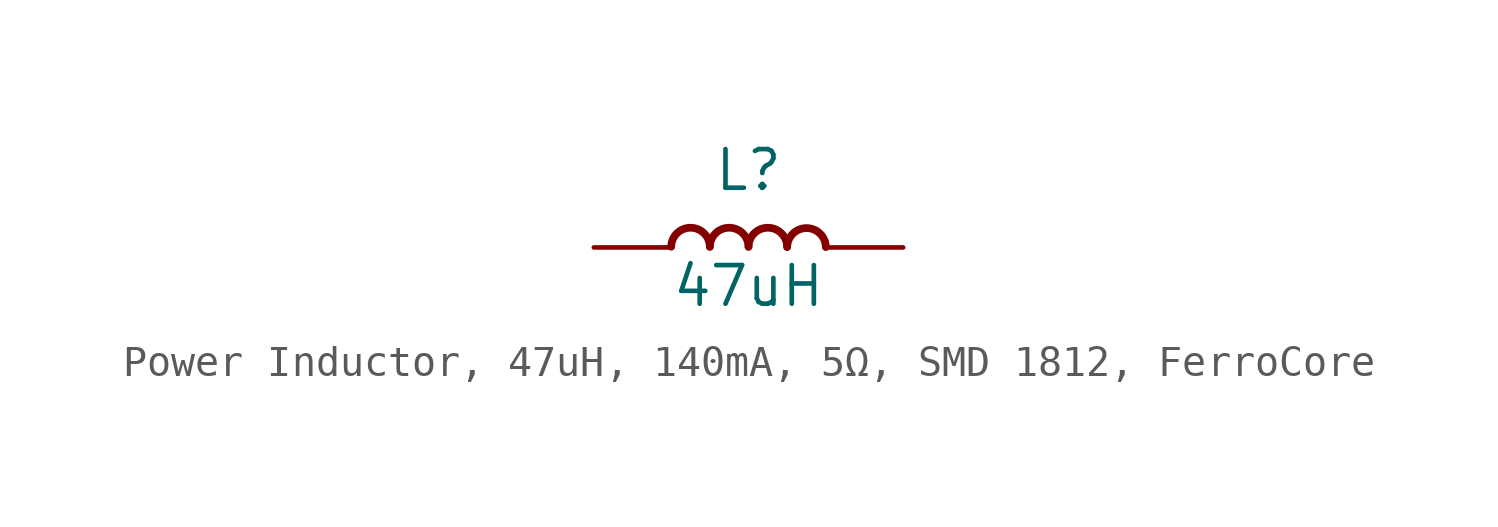
<source format=kicad_sym>
(kicad_symbol_lib
  (version 20231120)
  (generator "kicad_symbol_editor")
  (generator_version "8.0")
  (symbol "Power Inductor, 47uH, 140mA, 5Ω, SMD 1812, FerroCore"
    (pin_numbers hide)
    (pin_names
      (offset 0) hide)
    (property "Reference" "L"
      (at 0 2.54 0)
      (effects (font (size 1.27 1.27))))
    (property "Value" "47uH"
      (at 0 -1.27 0)
      (effects (font (size 1.27 1.27))))
    (symbol "Power Inductor, 47uH, 140mA, 5Ω, SMD 1812, FerroCore_1_1"
      (arc (start -1.27 0.0226) (mid -1.905 0.6464) (end -2.54 0.0226) (stroke (width 0.254) (type default)) (fill (type none)))
      (arc (start 0 0.0226) (mid -0.635 0.6464) (end -1.27 0.0226) (stroke (width 0.254) (type default)) (fill (type none)))
      (arc (start 1.27 0.0226) (mid 0.635 0.6464) (end 0 0.0226) (stroke (width 0.254) (type default)) (fill (type none)))
      (arc (start 2.54 0.0113) (mid 1.905 0.6351) (end 1.27 0.0113) (stroke (width 0.254) (type default)) (fill (type none)))
      (pin passive line (at -5.08 0 0) (length 2.54) (name "1" (effects (font (size 1.27 1.27)))) (number "1" (effects (font (size 1.27 1.27)))))
      (pin passive line (at 5.08 0 180) (length 2.54) (name "2" (effects (font (size 1.27 1.27)))) (number "2" (effects (font (size 1.27 1.27))))))))
</source>
